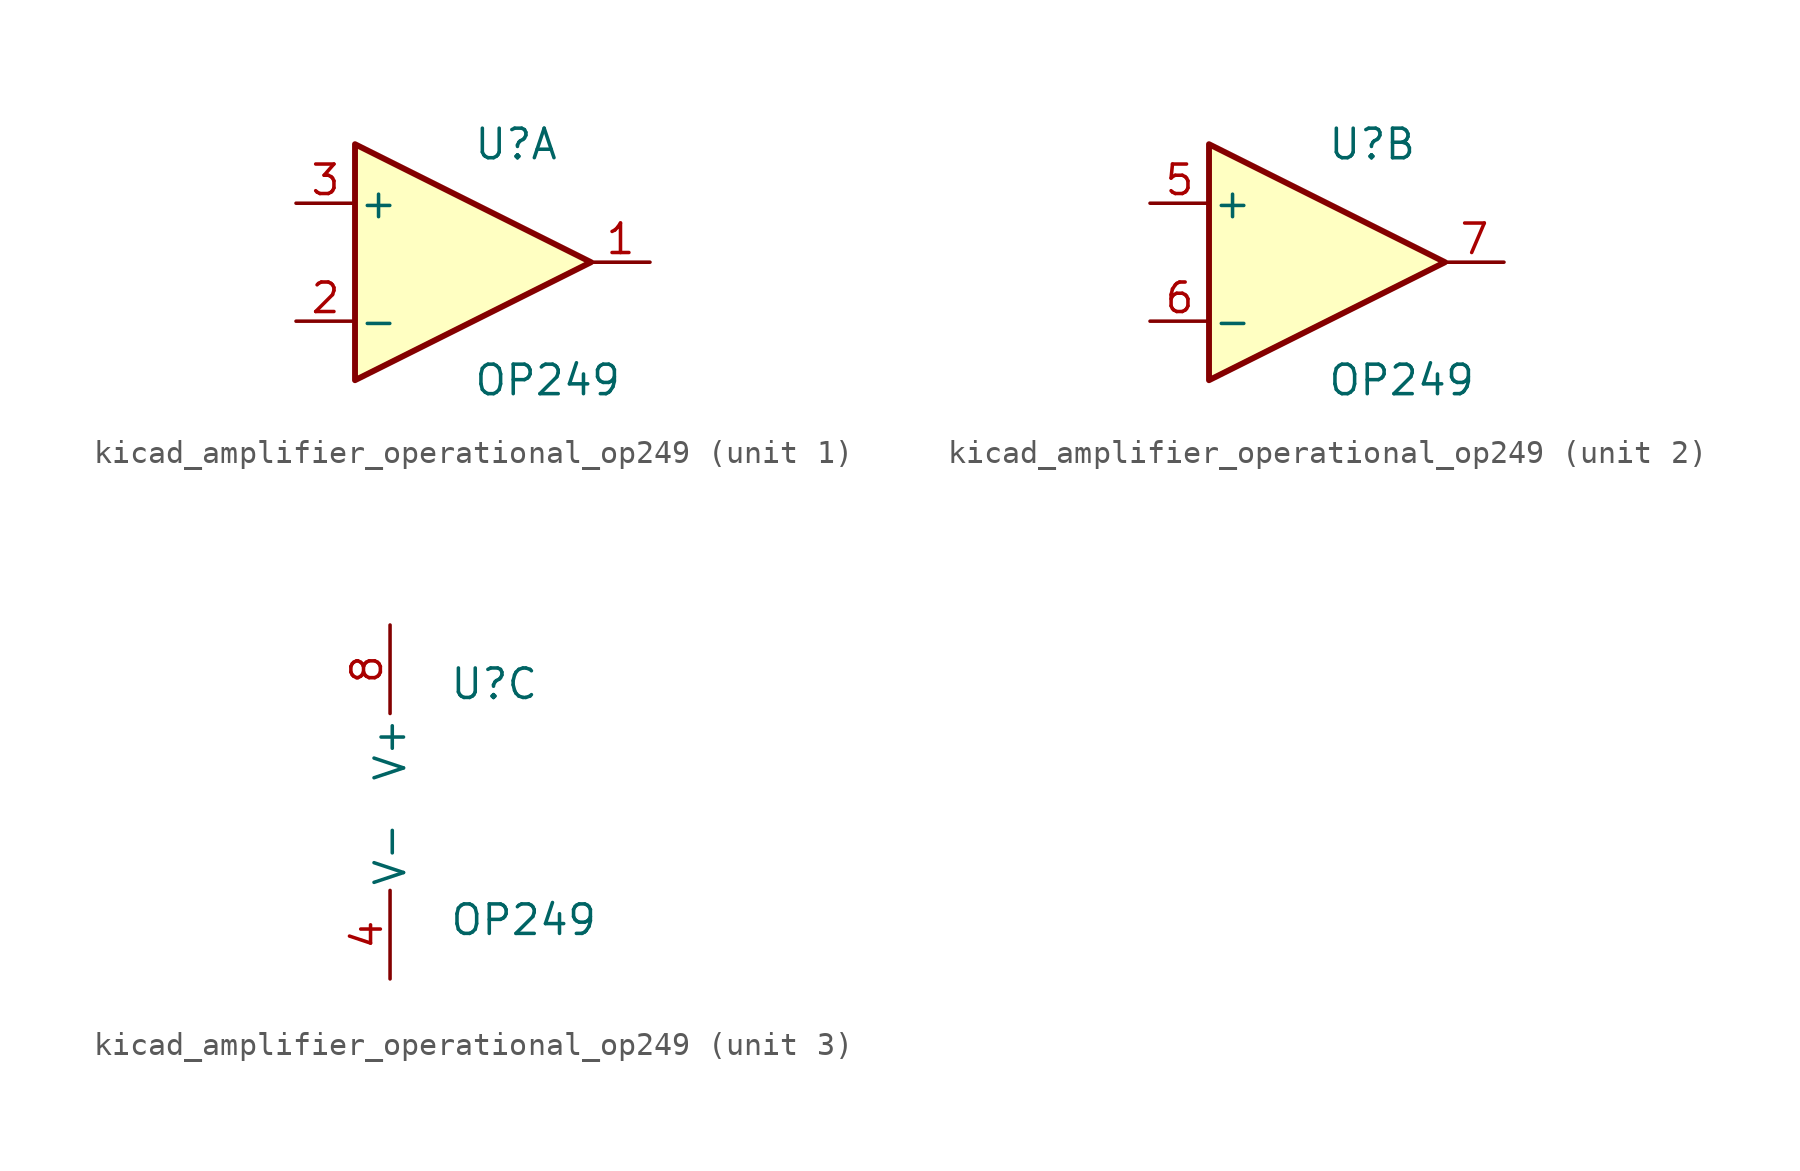
<source format=kicad_sym>
(kicad_symbol_lib
  (version 20220914)
  (generator kicad_symbol_editor)
  (symbol "kicad_amplifier_operational_op249"
    (pin_names
      (offset 0.127))
    (property "Reference" "U"
      (at 0 5.08 0)
      (effects (font (size 1.27 1.27)) (justify left)))
    (property "Value" "OP249"
      (at 0 -5.08 0)
      (effects (font (size 1.27 1.27)) (justify left)))
    (property "ki_locked" ""
      (at 0 0 0)
      (effects (font (size 1.27 1.27))))
    (symbol "kicad_amplifier_operational_op249_1_1"
      (polyline (pts (xy -5.08 5.08) (xy 5.08 0) (xy -5.08 -5.08) (xy -5.08 5.08)) (stroke (width 0.254) (type default)) (fill (type background)))
      (pin output line (at 7.62 0 180) (length 2.54) (name "~" (effects (font (size 1.27 1.27)))) (number "1" (effects (font (size 1.27 1.27)))))
      (pin input line (at -7.62 -2.54 0) (length 2.54) (name "-" (effects (font (size 1.27 1.27)))) (number "2" (effects (font (size 1.27 1.27)))))
      (pin input line (at -7.62 2.54 0) (length 2.54) (name "+" (effects (font (size 1.27 1.27)))) (number "3" (effects (font (size 1.27 1.27))))))
    (symbol "kicad_amplifier_operational_op249_2_1"
      (polyline (pts (xy -5.08 5.08) (xy 5.08 0) (xy -5.08 -5.08) (xy -5.08 5.08)) (stroke (width 0.254) (type default)) (fill (type background)))
      (pin input line (at -7.62 2.54 0) (length 2.54) (name "+" (effects (font (size 1.27 1.27)))) (number "5" (effects (font (size 1.27 1.27)))))
      (pin input line (at -7.62 -2.54 0) (length 2.54) (name "-" (effects (font (size 1.27 1.27)))) (number "6" (effects (font (size 1.27 1.27)))))
      (pin output line (at 7.62 0 180) (length 2.54) (name "~" (effects (font (size 1.27 1.27)))) (number "7" (effects (font (size 1.27 1.27))))))
    (symbol "kicad_amplifier_operational_op249_3_1"
      (pin power_in line (at -2.54 -7.62 90) (length 3.81) (name "V-" (effects (font (size 1.27 1.27)))) (number "4" (effects (font (size 1.27 1.27)))))
      (pin power_in line (at -2.54 7.62 270) (length 3.81) (name "V+" (effects (font (size 1.27 1.27)))) (number "8" (effects (font (size 1.27 1.27))))))))
</source>
